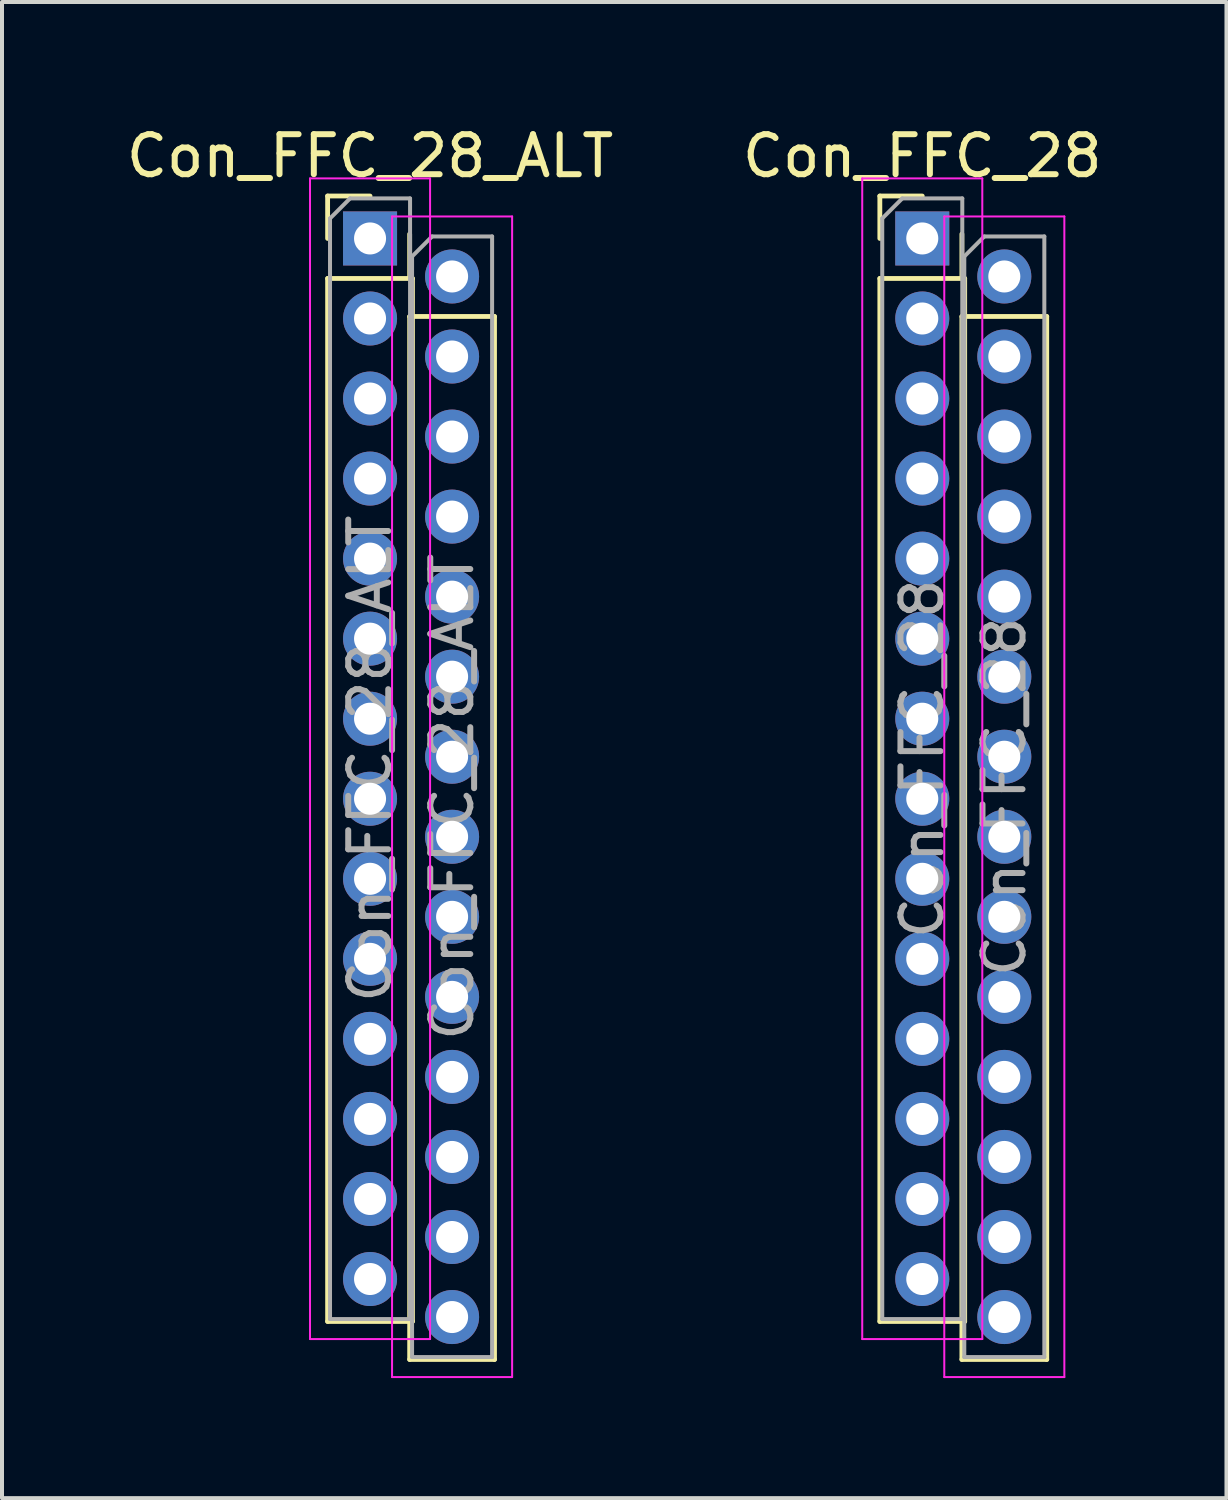
<source format=kicad_pcb>
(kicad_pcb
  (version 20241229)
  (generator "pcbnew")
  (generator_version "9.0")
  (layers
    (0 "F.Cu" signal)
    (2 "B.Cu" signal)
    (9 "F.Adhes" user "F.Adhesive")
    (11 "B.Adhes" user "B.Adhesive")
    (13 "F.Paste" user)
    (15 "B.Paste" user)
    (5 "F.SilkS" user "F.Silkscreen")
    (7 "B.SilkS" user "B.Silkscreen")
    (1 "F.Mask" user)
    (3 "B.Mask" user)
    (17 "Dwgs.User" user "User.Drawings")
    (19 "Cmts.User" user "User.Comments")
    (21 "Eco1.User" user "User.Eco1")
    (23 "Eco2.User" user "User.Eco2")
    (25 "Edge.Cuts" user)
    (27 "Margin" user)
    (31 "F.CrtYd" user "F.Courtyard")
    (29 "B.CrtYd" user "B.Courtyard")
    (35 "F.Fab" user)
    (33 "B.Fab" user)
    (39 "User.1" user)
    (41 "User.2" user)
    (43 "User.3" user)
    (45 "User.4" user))
  (footprint "Con_FFC_28_ALT"
    (layer "F.Cu")
    (at 6.196 2.908)
    (property "Reference" "Con_FFC_28_ALT" (at 0 -2.06 0) (layer "F.SilkS") (effects (font (size 1 1) (thickness 0.15))))
    (attr through_hole)
    (fp_line (start -1.06 -1.06) (end 0 -1.06) (stroke (width 0.12) (type solid)) (layer "F.SilkS"))
    (fp_line (start -1.06 0) (end -1.06 -1.06) (stroke (width 0.12) (type solid)) (layer "F.SilkS"))
    (fp_line (start -1.06 1) (end -1.06 27.06) (stroke (width 0.12) (type solid)) (layer "F.SilkS"))
    (fp_line (start -1.06 1) (end 1.06 1) (stroke (width 0.12) (type solid)) (layer "F.SilkS"))
    (fp_line (start -1.06 27.06) (end 1.06 27.06) (stroke (width 0.12) (type solid)) (layer "F.SilkS"))
    (fp_line (start 0.99 0.95) (end 0.99 -0.11) (stroke (width 0.12) (type solid)) (layer "F.SilkS"))
    (fp_line (start 0.99 1.95) (end 0.99 28.01) (stroke (width 0.12) (type solid)) (layer "F.SilkS"))
    (fp_line (start 0.99 1.95) (end 3.11 1.95) (stroke (width 0.12) (type solid)) (layer "F.SilkS"))
    (fp_line (start 0.99 28.01) (end 3.11 28.01) (stroke (width 0.12) (type solid)) (layer "F.SilkS"))
    (fp_line (start 1.06 1) (end 1.06 27.06) (stroke (width 0.12) (type solid)) (layer "F.SilkS"))
    (fp_line (start 3.11 1.95) (end 3.11 28.01) (stroke (width 0.12) (type solid)) (layer "F.SilkS"))
    (fp_line (start -1.5 -1.5) (end -1.5 27.5) (stroke (width 0.05) (type solid)) (layer "F.CrtYd"))
    (fp_line (start -1.5 27.5) (end 1.5 27.5) (stroke (width 0.05) (type solid)) (layer "F.CrtYd"))
    (fp_line (start 0.55 -0.55) (end 0.55 28.45) (stroke (width 0.05) (type solid)) (layer "F.CrtYd"))
    (fp_line (start 0.55 28.45) (end 3.55 28.45) (stroke (width 0.05) (type solid)) (layer "F.CrtYd"))
    (fp_line (start 1.5 -1.5) (end -1.5 -1.5) (stroke (width 0.05) (type solid)) (layer "F.CrtYd"))
    (fp_line (start 1.5 27.5) (end 1.5 -1.5) (stroke (width 0.05) (type solid)) (layer "F.CrtYd"))
    (fp_line (start 3.55 -0.55) (end 0.55 -0.55) (stroke (width 0.05) (type solid)) (layer "F.CrtYd"))
    (fp_line (start 3.55 28.45) (end 3.55 -0.55) (stroke (width 0.05) (type solid)) (layer "F.CrtYd"))
    (fp_line (start -1 -0.5) (end -0.5 -1) (stroke (width 0.1) (type solid)) (layer "F.Fab"))
    (fp_line (start -1 27) (end -1 -0.5) (stroke (width 0.1) (type solid)) (layer "F.Fab"))
    (fp_line (start -0.5 -1) (end 1 -1) (stroke (width 0.1) (type solid)) (layer "F.Fab"))
    (fp_line (start 1 -1) (end 1 27) (stroke (width 0.1) (type solid)) (layer "F.Fab"))
    (fp_line (start 1 27) (end -1 27) (stroke (width 0.1) (type solid)) (layer "F.Fab"))
    (fp_line (start 1.05 0.45) (end 1.55 -0.05) (stroke (width 0.1) (type solid)) (layer "F.Fab"))
    (fp_line (start 1.05 27.95) (end 1.05 0.45) (stroke (width 0.1) (type solid)) (layer "F.Fab"))
    (fp_line (start 1.55 -0.05) (end 3.05 -0.05) (stroke (width 0.1) (type solid)) (layer "F.Fab"))
    (fp_line (start 3.05 -0.05) (end 3.05 27.95) (stroke (width 0.1) (type solid)) (layer "F.Fab"))
    (fp_line (start 3.05 27.95) (end 1.05 27.95) (stroke (width 0.1) (type solid)) (layer "F.Fab"))
    (fp_text user "${REFERENCE}" (at 0 13 90) (layer "F.Fab") (effects (font (size 1 1) (thickness 0.15))))
    (fp_text user "${REFERENCE}" (at 2.05 13.95 90) (layer "F.Fab") (effects (font (size 1 1) (thickness 0.15))))
    (pad "1" thru_hole rect (at 0 0) (size 1.35 1.35) (drill 0.8) (layers "*.Cu" "*.Mask"))
    (pad "2" thru_hole circle (at 2.05 0.95) (size 1.35 1.35) (drill 0.8) (layers "*.Cu" "*.Mask"))
    (pad "3" thru_hole oval (at 0 2) (size 1.35 1.35) (drill 0.8) (layers "*.Cu" "*.Mask"))
    (pad "4" thru_hole oval (at 2.05 2.95) (size 1.35 1.35) (drill 0.8) (layers "*.Cu" "*.Mask"))
    (pad "5" thru_hole oval (at 0 4) (size 1.35 1.35) (drill 0.8) (layers "*.Cu" "*.Mask"))
    (pad "6" thru_hole oval (at 2.05 4.95) (size 1.35 1.35) (drill 0.8) (layers "*.Cu" "*.Mask"))
    (pad "7" thru_hole oval (at 0 6) (size 1.35 1.35) (drill 0.8) (layers "*.Cu" "*.Mask"))
    (pad "8" thru_hole oval (at 2.05 6.95) (size 1.35 1.35) (drill 0.8) (layers "*.Cu" "*.Mask"))
    (pad "9" thru_hole oval (at 0 8) (size 1.35 1.35) (drill 0.8) (layers "*.Cu" "*.Mask"))
    (pad "10" thru_hole oval (at 2.05 8.95) (size 1.35 1.35) (drill 0.8) (layers "*.Cu" "*.Mask"))
    (pad "11" thru_hole oval (at 0 10) (size 1.35 1.35) (drill 0.8) (layers "*.Cu" "*.Mask"))
    (pad "12" thru_hole oval (at 2.05 10.95) (size 1.35 1.35) (drill 0.8) (layers "*.Cu" "*.Mask"))
    (pad "13" thru_hole oval (at 0 12) (size 1.35 1.35) (drill 0.8) (layers "*.Cu" "*.Mask"))
    (pad "14" thru_hole oval (at 2.05 12.95) (size 1.35 1.35) (drill 0.8) (layers "*.Cu" "*.Mask"))
    (pad "15" thru_hole oval (at 0 14) (size 1.35 1.35) (drill 0.8) (layers "*.Cu" "*.Mask"))
    (pad "16" thru_hole oval (at 2.05 14.95) (size 1.35 1.35) (drill 0.8) (layers "*.Cu" "*.Mask"))
    (pad "17" thru_hole oval (at 0 16) (size 1.35 1.35) (drill 0.8) (layers "*.Cu" "*.Mask"))
    (pad "18" thru_hole oval (at 2.05 16.95) (size 1.35 1.35) (drill 0.8) (layers "*.Cu" "*.Mask"))
    (pad "19" thru_hole oval (at 0 18) (size 1.35 1.35) (drill 0.8) (layers "*.Cu" "*.Mask"))
    (pad "20" thru_hole oval (at 2.05 18.95) (size 1.35 1.35) (drill 0.8) (layers "*.Cu" "*.Mask"))
    (pad "21" thru_hole oval (at 0 20) (size 1.35 1.35) (drill 0.8) (layers "*.Cu" "*.Mask"))
    (pad "22" thru_hole oval (at 2.05 20.95) (size 1.35 1.35) (drill 0.8) (layers "*.Cu" "*.Mask"))
    (pad "23" thru_hole oval (at 0 22) (size 1.35 1.35) (drill 0.8) (layers "*.Cu" "*.Mask"))
    (pad "24" thru_hole oval (at 2.05 22.95) (size 1.35 1.35) (drill 0.8) (layers "*.Cu" "*.Mask"))
    (pad "25" thru_hole oval (at 0 24) (size 1.35 1.35) (drill 0.8) (layers "*.Cu" "*.Mask"))
    (pad "26" thru_hole oval (at 2.05 24.95) (size 1.35 1.35) (drill 0.8) (layers "*.Cu" "*.Mask"))
    (pad "27" thru_hole oval (at 0 26) (size 1.35 1.35) (drill 0.8) (layers "*.Cu" "*.Mask"))
    (pad "28" thru_hole oval (at 2.05 26.95) (size 1.35 1.35) (drill 0.8) (layers "*.Cu" "*.Mask")))
  (footprint "Con_FFC_28"
    (layer "F.Cu")
    (at 19.994 2.908)
    (property "Reference" "Con_FFC_28" (at 0 -2.06 0) (layer "F.SilkS") (effects (font (size 1 1) (thickness 0.15))))
    (attr through_hole)
    (fp_line (start -1.06 -1.06) (end 0 -1.06) (stroke (width 0.12) (type solid)) (layer "F.SilkS"))
    (fp_line (start -1.06 0) (end -1.06 -1.06) (stroke (width 0.12) (type solid)) (layer "F.SilkS"))
    (fp_line (start -1.06 1) (end -1.06 27.06) (stroke (width 0.12) (type solid)) (layer "F.SilkS"))
    (fp_line (start -1.06 1) (end 1.06 1) (stroke (width 0.12) (type solid)) (layer "F.SilkS"))
    (fp_line (start -1.06 27.06) (end 1.06 27.06) (stroke (width 0.12) (type solid)) (layer "F.SilkS"))
    (fp_line (start 0.99 0.95) (end 0.99 -0.11) (stroke (width 0.12) (type solid)) (layer "F.SilkS"))
    (fp_line (start 0.99 1.95) (end 0.99 28.01) (stroke (width 0.12) (type solid)) (layer "F.SilkS"))
    (fp_line (start 0.99 1.95) (end 3.11 1.95) (stroke (width 0.12) (type solid)) (layer "F.SilkS"))
    (fp_line (start 0.99 28.01) (end 3.11 28.01) (stroke (width 0.12) (type solid)) (layer "F.SilkS"))
    (fp_line (start 1.06 1) (end 1.06 27.06) (stroke (width 0.12) (type solid)) (layer "F.SilkS"))
    (fp_line (start 3.11 1.95) (end 3.11 28.01) (stroke (width 0.12) (type solid)) (layer "F.SilkS"))
    (fp_line (start -1.5 -1.5) (end -1.5 27.5) (stroke (width 0.05) (type solid)) (layer "F.CrtYd"))
    (fp_line (start -1.5 27.5) (end 1.5 27.5) (stroke (width 0.05) (type solid)) (layer "F.CrtYd"))
    (fp_line (start 0.55 -0.55) (end 0.55 28.45) (stroke (width 0.05) (type solid)) (layer "F.CrtYd"))
    (fp_line (start 0.55 28.45) (end 3.55 28.45) (stroke (width 0.05) (type solid)) (layer "F.CrtYd"))
    (fp_line (start 1.5 -1.5) (end -1.5 -1.5) (stroke (width 0.05) (type solid)) (layer "F.CrtYd"))
    (fp_line (start 1.5 27.5) (end 1.5 -1.5) (stroke (width 0.05) (type solid)) (layer "F.CrtYd"))
    (fp_line (start 3.55 -0.55) (end 0.55 -0.55) (stroke (width 0.05) (type solid)) (layer "F.CrtYd"))
    (fp_line (start 3.55 28.45) (end 3.55 -0.55) (stroke (width 0.05) (type solid)) (layer "F.CrtYd"))
    (fp_line (start -1 -0.5) (end -0.5 -1) (stroke (width 0.1) (type solid)) (layer "F.Fab"))
    (fp_line (start -1 27) (end -1 -0.5) (stroke (width 0.1) (type solid)) (layer "F.Fab"))
    (fp_line (start -0.5 -1) (end 1 -1) (stroke (width 0.1) (type solid)) (layer "F.Fab"))
    (fp_line (start 1 -1) (end 1 27) (stroke (width 0.1) (type solid)) (layer "F.Fab"))
    (fp_line (start 1 27) (end -1 27) (stroke (width 0.1) (type solid)) (layer "F.Fab"))
    (fp_line (start 1.05 0.45) (end 1.55 -0.05) (stroke (width 0.1) (type solid)) (layer "F.Fab"))
    (fp_line (start 1.05 27.95) (end 1.05 0.45) (stroke (width 0.1) (type solid)) (layer "F.Fab"))
    (fp_line (start 1.55 -0.05) (end 3.05 -0.05) (stroke (width 0.1) (type solid)) (layer "F.Fab"))
    (fp_line (start 3.05 -0.05) (end 3.05 27.95) (stroke (width 0.1) (type solid)) (layer "F.Fab"))
    (fp_line (start 3.05 27.95) (end 1.05 27.95) (stroke (width 0.1) (type solid)) (layer "F.Fab"))
    (fp_text user "${REFERENCE}" (at 0 13 90) (layer "F.Fab") (effects (font (size 1 1) (thickness 0.15))))
    (fp_text user "${REFERENCE}" (at 2.05 13.95 90) (layer "F.Fab") (effects (font (size 1 1) (thickness 0.15))))
    (pad "1" thru_hole rect (at 0 0) (size 1.35 1.35) (drill 0.8) (layers "*.Cu" "*.Mask"))
    (pad "2" thru_hole oval (at 0 2) (size 1.35 1.35) (drill 0.8) (layers "*.Cu" "*.Mask"))
    (pad "3" thru_hole oval (at 0 4) (size 1.35 1.35) (drill 0.8) (layers "*.Cu" "*.Mask"))
    (pad "4" thru_hole oval (at 0 6) (size 1.35 1.35) (drill 0.8) (layers "*.Cu" "*.Mask"))
    (pad "5" thru_hole oval (at 0 8) (size 1.35 1.35) (drill 0.8) (layers "*.Cu" "*.Mask"))
    (pad "6" thru_hole oval (at 0 10) (size 1.35 1.35) (drill 0.8) (layers "*.Cu" "*.Mask"))
    (pad "7" thru_hole oval (at 0 12) (size 1.35 1.35) (drill 0.8) (layers "*.Cu" "*.Mask"))
    (pad "8" thru_hole oval (at 0 14) (size 1.35 1.35) (drill 0.8) (layers "*.Cu" "*.Mask"))
    (pad "9" thru_hole oval (at 0 16) (size 1.35 1.35) (drill 0.8) (layers "*.Cu" "*.Mask"))
    (pad "10" thru_hole oval (at 0 18) (size 1.35 1.35) (drill 0.8) (layers "*.Cu" "*.Mask"))
    (pad "11" thru_hole oval (at 0 20) (size 1.35 1.35) (drill 0.8) (layers "*.Cu" "*.Mask"))
    (pad "12" thru_hole oval (at 0 22) (size 1.35 1.35) (drill 0.8) (layers "*.Cu" "*.Mask"))
    (pad "13" thru_hole oval (at 0 24) (size 1.35 1.35) (drill 0.8) (layers "*.Cu" "*.Mask"))
    (pad "14" thru_hole oval (at 0 26) (size 1.35 1.35) (drill 0.8) (layers "*.Cu" "*.Mask"))
    (pad "15" thru_hole circle (at 2.05 0.95) (size 1.35 1.35) (drill 0.8) (layers "*.Cu" "*.Mask"))
    (pad "16" thru_hole oval (at 2.05 2.95) (size 1.35 1.35) (drill 0.8) (layers "*.Cu" "*.Mask"))
    (pad "17" thru_hole oval (at 2.05 4.95) (size 1.35 1.35) (drill 0.8) (layers "*.Cu" "*.Mask"))
    (pad "18" thru_hole oval (at 2.05 6.95) (size 1.35 1.35) (drill 0.8) (layers "*.Cu" "*.Mask"))
    (pad "19" thru_hole oval (at 2.05 8.95) (size 1.35 1.35) (drill 0.8) (layers "*.Cu" "*.Mask"))
    (pad "20" thru_hole oval (at 2.05 10.95) (size 1.35 1.35) (drill 0.8) (layers "*.Cu" "*.Mask"))
    (pad "21" thru_hole oval (at 2.05 12.95) (size 1.35 1.35) (drill 0.8) (layers "*.Cu" "*.Mask"))
    (pad "22" thru_hole oval (at 2.05 14.95) (size 1.35 1.35) (drill 0.8) (layers "*.Cu" "*.Mask"))
    (pad "23" thru_hole oval (at 2.05 16.95) (size 1.35 1.35) (drill 0.8) (layers "*.Cu" "*.Mask"))
    (pad "24" thru_hole oval (at 2.05 18.95) (size 1.35 1.35) (drill 0.8) (layers "*.Cu" "*.Mask"))
    (pad "25" thru_hole oval (at 2.05 20.95) (size 1.35 1.35) (drill 0.8) (layers "*.Cu" "*.Mask"))
    (pad "26" thru_hole oval (at 2.05 22.95) (size 1.35 1.35) (drill 0.8) (layers "*.Cu" "*.Mask"))
    (pad "27" thru_hole oval (at 2.05 24.95) (size 1.35 1.35) (drill 0.8) (layers "*.Cu" "*.Mask"))
    (pad "28" thru_hole oval (at 2.05 26.95) (size 1.35 1.35) (drill 0.8) (layers "*.Cu" "*.Mask")))
  (gr_rect
    (start -3 -3)
    (end 27.595 34.383)
    (stroke (width 0.1) (type default))
    (fill no)
    (layer "Edge.Cuts")))
</source>
